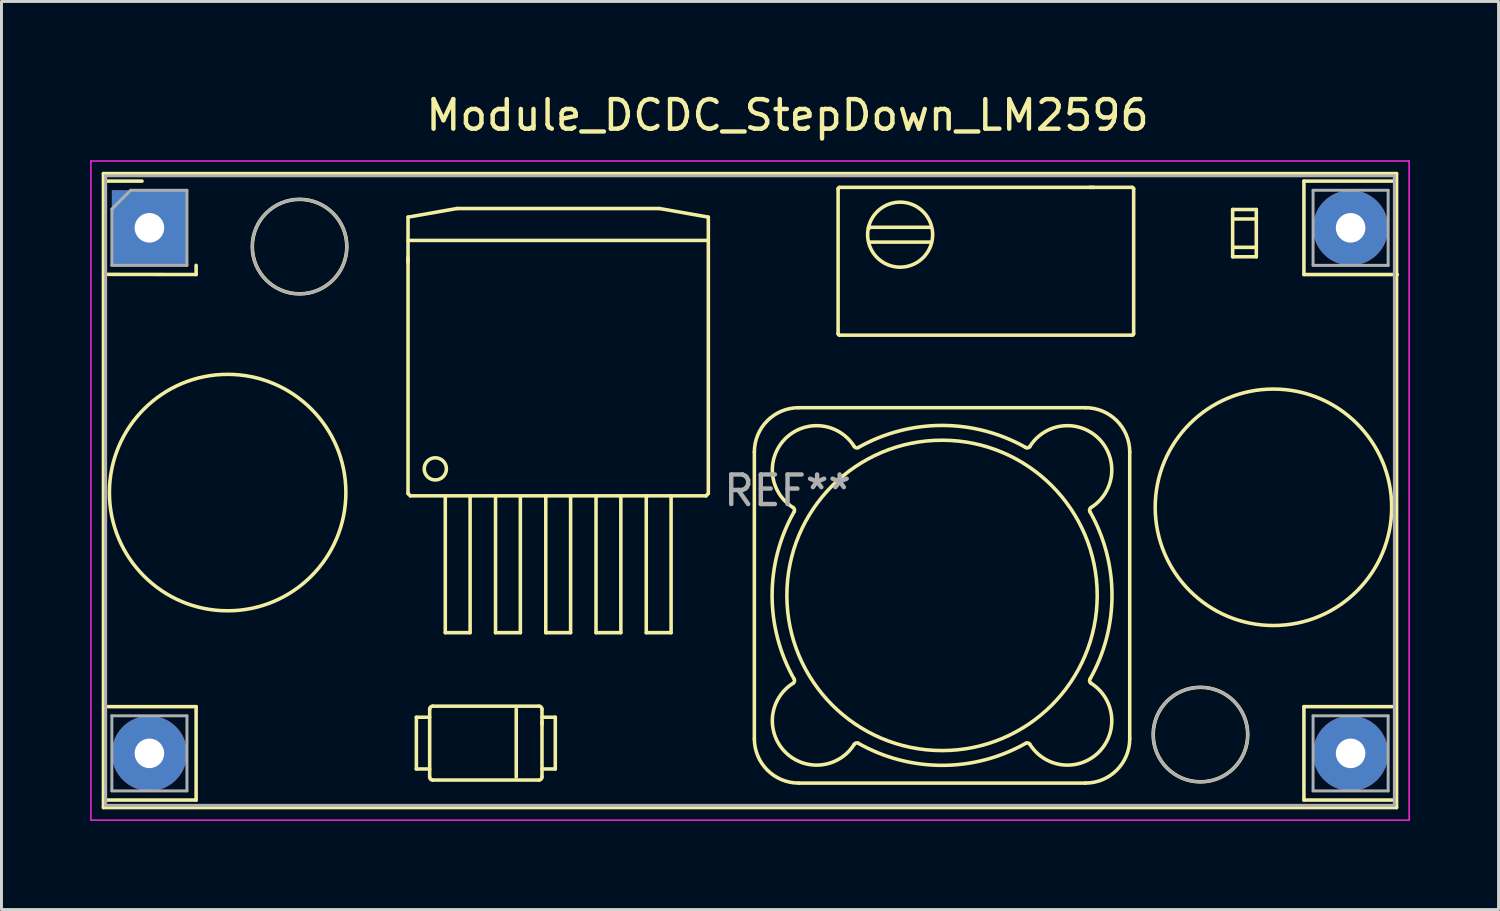
<source format=kicad_pcb>
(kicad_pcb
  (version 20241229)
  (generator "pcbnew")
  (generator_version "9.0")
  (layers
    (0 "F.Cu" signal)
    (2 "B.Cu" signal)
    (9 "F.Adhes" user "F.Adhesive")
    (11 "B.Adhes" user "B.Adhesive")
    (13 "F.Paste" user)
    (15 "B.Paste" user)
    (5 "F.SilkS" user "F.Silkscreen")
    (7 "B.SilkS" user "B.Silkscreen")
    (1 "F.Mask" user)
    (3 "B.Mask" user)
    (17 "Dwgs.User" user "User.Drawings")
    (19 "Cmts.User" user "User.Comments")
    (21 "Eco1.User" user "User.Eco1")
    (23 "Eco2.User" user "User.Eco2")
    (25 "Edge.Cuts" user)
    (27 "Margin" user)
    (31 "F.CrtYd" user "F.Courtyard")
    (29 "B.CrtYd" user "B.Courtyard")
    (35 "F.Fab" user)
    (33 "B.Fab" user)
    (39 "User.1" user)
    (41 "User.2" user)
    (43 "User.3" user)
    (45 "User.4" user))
  (footprint "Module_DCDC_StepDown_LM2596"
    (layer "F.Cu")
    (at 2.005 4.658)
    (property "Reference" "Module_DCDC_StepDown_LM2596" (at 21.59 -3.81 0) (layer "F.SilkS") (effects (font (size 1 1) (thickness 0.15))))
    (attr through_hole)
    (fp_line (start -1.555 -1.835) (end -1.555 19.615) (stroke (width 0.12) (type solid)) (layer "F.SilkS"))
    (fp_line (start -1.555 19.615) (end 42.195 19.615) (stroke (width 0.12) (type solid)) (layer "F.SilkS"))
    (fp_line (start -1.55 -1.58) (end -0.25 -1.58) (stroke (width 0.12) (type solid)) (layer "F.SilkS"))
    (fp_line (start -1.55 1.575) (end 1.58 1.58) (stroke (width 0.12) (type solid)) (layer "F.SilkS"))
    (fp_line (start -1.55 16.2) (end 1.58 16.2) (stroke (width 0.12) (type solid)) (layer "F.SilkS"))
    (fp_line (start -1.55 19.36) (end 1.58 19.36) (stroke (width 0.12) (type solid)) (layer "F.SilkS"))
    (fp_line (start 1.58 1.27) (end 1.58 1.58) (stroke (width 0.12) (type solid)) (layer "F.SilkS"))
    (fp_line (start 1.58 16.2) (end 1.58 19.36) (stroke (width 0.12) (type solid)) (layer "F.SilkS"))
    (fp_line (start 8.749 1.004) (end 8.749 1.166) (stroke (width 0.12) (type solid)) (layer "F.SilkS"))
    (fp_line (start 8.75 -0.362) (end 10.4 -0.653) (stroke (width 0.12) (type solid)) (layer "F.SilkS"))
    (fp_line (start 8.75 8.989) (end 8.75 -0.362) (stroke (width 0.12) (type solid)) (layer "F.SilkS"))
    (fp_line (start 8.75 8.989) (end 8.828 9.067) (stroke (width 0.12) (type solid)) (layer "F.SilkS"))
    (fp_line (start 8.828 9.067) (end 18.833 9.067) (stroke (width 0.12) (type solid)) (layer "F.SilkS"))
    (fp_line (start 9.032 16.558) (end 9.482 16.558) (stroke (width 0.12) (type solid)) (layer "F.SilkS"))
    (fp_line (start 9.032 18.308) (end 9.032 16.558) (stroke (width 0.12) (type solid)) (layer "F.SilkS"))
    (fp_line (start 9.482 18.308) (end 9.032 18.308) (stroke (width 0.12) (type solid)) (layer "F.SilkS"))
    (fp_line (start 9.482 18.583) (end 9.482 16.283) (stroke (width 0.12) (type solid)) (layer "F.SilkS"))
    (fp_line (start 9.582 16.183) (end 13.182 16.183) (stroke (width 0.12) (type solid)) (layer "F.SilkS"))
    (fp_line (start 10.01 13.697) (end 10.01 9.067) (stroke (width 0.12) (type solid)) (layer "F.SilkS"))
    (fp_line (start 10.01 13.697) (end 10.85 13.697) (stroke (width 0.12) (type solid)) (layer "F.SilkS"))
    (fp_line (start 10.4 -0.653) (end 17.26 -0.653) (stroke (width 0.12) (type solid)) (layer "F.SilkS"))
    (fp_line (start 10.85 13.697) (end 10.85 9.067) (stroke (width 0.12) (type solid)) (layer "F.SilkS"))
    (fp_line (start 11.71 13.697) (end 11.71 9.067) (stroke (width 0.12) (type solid)) (layer "F.SilkS"))
    (fp_line (start 11.71 13.697) (end 12.55 13.697) (stroke (width 0.12) (type solid)) (layer "F.SilkS"))
    (fp_line (start 12.411 16.283) (end 12.411 18.583) (stroke (width 0.12) (type solid)) (layer "F.SilkS"))
    (fp_line (start 12.55 13.697) (end 12.55 9.067) (stroke (width 0.12) (type solid)) (layer "F.SilkS"))
    (fp_line (start 13.182 18.683) (end 9.582 18.683) (stroke (width 0.12) (type solid)) (layer "F.SilkS"))
    (fp_line (start 13.282 16.283) (end 13.282 18.583) (stroke (width 0.12) (type solid)) (layer "F.SilkS"))
    (fp_line (start 13.282 16.558) (end 13.732 16.558) (stroke (width 0.12) (type solid)) (layer "F.SilkS"))
    (fp_line (start 13.283 16.795) (end 13.283 16.7) (stroke (width 0.12) (type solid)) (layer "F.SilkS"))
    (fp_line (start 13.41 13.697) (end 13.41 9.067) (stroke (width 0.12) (type solid)) (layer "F.SilkS"))
    (fp_line (start 13.41 13.697) (end 14.25 13.697) (stroke (width 0.12) (type solid)) (layer "F.SilkS"))
    (fp_line (start 13.732 16.558) (end 13.732 18.308) (stroke (width 0.12) (type solid)) (layer "F.SilkS"))
    (fp_line (start 13.732 18.308) (end 13.282 18.308) (stroke (width 0.12) (type solid)) (layer "F.SilkS"))
    (fp_line (start 14.25 13.697) (end 14.25 9.067) (stroke (width 0.12) (type solid)) (layer "F.SilkS"))
    (fp_line (start 15.11 13.697) (end 15.11 9.067) (stroke (width 0.12) (type solid)) (layer "F.SilkS"))
    (fp_line (start 15.11 13.697) (end 15.95 13.697) (stroke (width 0.12) (type solid)) (layer "F.SilkS"))
    (fp_line (start 15.95 13.697) (end 15.95 9.067) (stroke (width 0.12) (type solid)) (layer "F.SilkS"))
    (fp_line (start 16.81 13.697) (end 16.81 9.067) (stroke (width 0.12) (type solid)) (layer "F.SilkS"))
    (fp_line (start 16.81 13.697) (end 17.65 13.697) (stroke (width 0.12) (type solid)) (layer "F.SilkS"))
    (fp_line (start 17.26 -0.653) (end 18.91 -0.362) (stroke (width 0.12) (type solid)) (layer "F.SilkS"))
    (fp_line (start 17.65 13.697) (end 17.65 9.067) (stroke (width 0.12) (type solid)) (layer "F.SilkS"))
    (fp_line (start 18.833 9.067) (end 18.91 8.989) (stroke (width 0.12) (type solid)) (layer "F.SilkS"))
    (fp_line (start 18.91 0.427) (end 8.75 0.427) (stroke (width 0.12) (type solid)) (layer "F.SilkS"))
    (fp_line (start 18.91 8.989) (end 18.91 -0.362) (stroke (width 0.12) (type solid)) (layer "F.SilkS"))
    (fp_line (start 20.467 7.586) (end 20.467 17.286) (stroke (width 0.12) (type solid)) (layer "F.SilkS"))
    (fp_line (start 21.967 18.786) (end 31.667 18.786) (stroke (width 0.12) (type solid)) (layer "F.SilkS"))
    (fp_line (start 23.3 3.582) (end 23.3 -1.318) (stroke (width 0.12) (type solid)) (layer "F.SilkS"))
    (fp_line (start 23.35 -1.368) (end 33.25 -1.368) (stroke (width 0.12) (type solid)) (layer "F.SilkS"))
    (fp_line (start 24.336 -0.049) (end 24.361 -0.018) (stroke (width 0.12) (type solid)) (layer "F.SilkS"))
    (fp_line (start 24.349 0.007) (end 24.324 0.002) (stroke (width 0.12) (type solid)) (layer "F.SilkS"))
    (fp_line (start 24.349 0.007) (end 24.356 -0.024) (stroke (width 0.12) (type solid)) (layer "F.SilkS"))
    (fp_line (start 24.349 0.007) (end 24.361 -0.018) (stroke (width 0.12) (type solid)) (layer "F.SilkS"))
    (fp_line (start 24.361 0.482) (end 26.439 0.482) (stroke (width 0.12) (type solid)) (layer "F.SilkS"))
    (fp_line (start 26.439 -0.018) (end 24.361 -0.018) (stroke (width 0.12) (type solid)) (layer "F.SilkS"))
    (fp_line (start 31.667 6.086) (end 21.967 6.086) (stroke (width 0.12) (type solid)) (layer "F.SilkS"))
    (fp_line (start 31.859 -1.369) (end 31.814 -1.369) (stroke (width 0.12) (type solid)) (layer "F.SilkS"))
    (fp_line (start 31.942 -1.369) (end 31.908 -1.369) (stroke (width 0.12) (type solid)) (layer "F.SilkS"))
    (fp_line (start 33.167 17.286) (end 33.167 7.586) (stroke (width 0.12) (type solid)) (layer "F.SilkS"))
    (fp_line (start 33.25 3.632) (end 23.35 3.632) (stroke (width 0.12) (type solid)) (layer "F.SilkS"))
    (fp_line (start 33.3 -1.318) (end 33.3 3.582) (stroke (width 0.12) (type solid)) (layer "F.SilkS"))
    (fp_line (start 36.649 -0.3) (end 37.449 -0.3) (stroke (width 0.12) (type solid)) (layer "F.SilkS"))
    (fp_line (start 36.649 0.98) (end 36.649 -0.62) (stroke (width 0.12) (type solid)) (layer "F.SilkS"))
    (fp_line (start 37.449 -0.62) (end 36.649 -0.62) (stroke (width 0.12) (type solid)) (layer "F.SilkS"))
    (fp_line (start 37.449 -0.62) (end 37.449 0.98) (stroke (width 0.12) (type solid)) (layer "F.SilkS"))
    (fp_line (start 37.449 0.66) (end 36.649 0.66) (stroke (width 0.12) (type solid)) (layer "F.SilkS"))
    (fp_line (start 37.449 0.98) (end 36.649 0.98) (stroke (width 0.12) (type solid)) (layer "F.SilkS"))
    (fp_line (start 39.06 -1.58) (end 42.175 -1.58) (stroke (width 0.12) (type solid)) (layer "F.SilkS"))
    (fp_line (start 39.06 1.58) (end 39.06 -1.58) (stroke (width 0.12) (type solid)) (layer "F.SilkS"))
    (fp_line (start 39.06 1.58) (end 42.22 1.58) (stroke (width 0.12) (type solid)) (layer "F.SilkS"))
    (fp_line (start 39.06 16.2) (end 42.175 16.2) (stroke (width 0.12) (type solid)) (layer "F.SilkS"))
    (fp_line (start 39.06 19.36) (end 39.06 16.2) (stroke (width 0.12) (type solid)) (layer "F.SilkS"))
    (fp_line (start 39.06 19.36) (end 42.175 19.36) (stroke (width 0.12) (type solid)) (layer "F.SilkS"))
    (fp_line (start 42.195 -1.835) (end -1.555 -1.835) (stroke (width 0.12) (type solid)) (layer "F.SilkS"))
    (fp_line (start 42.195 19.615) (end 42.195 -1.835) (stroke (width 0.12) (type solid)) (layer "F.SilkS"))
    (fp_arc (start 9.481636 16.283217) (mid 9.510925 16.212506) (end 9.581636 16.183217) (stroke (width 0.12) (type solid)) (layer "F.SilkS"))
    (fp_arc (start 9.581636 18.683217) (mid 9.510925 18.653928) (end 9.481636 18.583217) (stroke (width 0.12) (type solid)) (layer "F.SilkS"))
    (fp_arc (start 13.181636 16.183217) (mid 13.252347 16.212506) (end 13.281636 16.283217) (stroke (width 0.12) (type solid)) (layer "F.SilkS"))
    (fp_arc (start 13.281636 18.583217) (mid 13.252347 18.653928) (end 13.181636 18.683217) (stroke (width 0.12) (type solid)) (layer "F.SilkS"))
    (fp_arc (start 20.467397 7.585796) (mid 20.906737 6.525136) (end 21.967397 6.085796) (stroke (width 0.12) (type solid)) (layer "F.SilkS"))
    (fp_arc (start 21.781131 9.46601) (mid 21.825145 9.526245) (end 21.815218 9.600183) (stroke (width 0.12) (type solid)) (layer "F.SilkS"))
    (fp_arc (start 21.781132 9.466011) (mid 21.514096 7.132496) (end 23.847611 7.399531) (stroke (width 0.12) (type solid)) (layer "F.SilkS"))
    (fp_arc (start 21.815217 15.271409) (mid 21.825145 15.345347) (end 21.781132 15.405582) (stroke (width 0.12) (type solid)) (layer "F.SilkS"))
    (fp_arc (start 21.815218 15.27141) (mid 21.067397 12.435796) (end 21.815218 9.600183) (stroke (width 0.12) (type solid)) (layer "F.SilkS"))
    (fp_arc (start 21.967397 18.785796) (mid 20.906737 18.346456) (end 20.467397 17.285796) (stroke (width 0.12) (type solid)) (layer "F.SilkS"))
    (fp_arc (start 23.299783 -1.317705) (mid 23.314428 -1.35306) (end 23.349783 -1.367705) (stroke (width 0.12) (type solid)) (layer "F.SilkS"))
    (fp_arc (start 23.349783 3.632294) (mid 23.314428 3.617649) (end 23.299783 3.582294) (stroke (width 0.12) (type solid)) (layer "F.SilkS"))
    (fp_arc (start 23.847611 17.472062) (mid 21.514095 17.739097) (end 21.781132 15.405582) (stroke (width 0.12) (type solid)) (layer "F.SilkS"))
    (fp_arc (start 23.847611 17.472062) (mid 23.907845 17.428049) (end 23.981783 17.437976) (stroke (width 0.12) (type solid)) (layer "F.SilkS"))
    (fp_arc (start 23.981783 7.433617) (mid 23.907845 7.443544) (end 23.847611 7.399531) (stroke (width 0.12) (type solid)) (layer "F.SilkS"))
    (fp_arc (start 23.981784 7.433617) (mid 26.817397 6.685796) (end 29.653011 7.433617) (stroke (width 0.12) (type solid)) (layer "F.SilkS"))
    (fp_arc (start 24.324148 0.462527) (mid 26.469605 -0.023594) (end 24.336385 0.51369) (stroke (width 0.12) (type solid)) (layer "F.SilkS"))
    (fp_arc (start 29.653011 17.437976) (mid 26.817397 18.185797) (end 23.981783 17.437976) (stroke (width 0.12) (type solid)) (layer "F.SilkS"))
    (fp_arc (start 29.653011 17.437976) (mid 29.726949 17.428049) (end 29.787183 17.472062) (stroke (width 0.12) (type solid)) (layer "F.SilkS"))
    (fp_arc (start 29.787183 7.399531) (mid 29.726949 7.443544) (end 29.653011 7.433617) (stroke (width 0.12) (type solid)) (layer "F.SilkS"))
    (fp_arc (start 29.787183 7.399531) (mid 32.120699 7.132496) (end 31.853662 9.466011) (stroke (width 0.12) (type solid)) (layer "F.SilkS"))
    (fp_arc (start 31.667397 6.085796) (mid 32.728057 6.525136) (end 33.167397 7.585796) (stroke (width 0.12) (type solid)) (layer "F.SilkS"))
    (fp_arc (start 31.819576 9.600183) (mid 32.567397 12.435796) (end 31.819576 15.27141) (stroke (width 0.12) (type solid)) (layer "F.SilkS"))
    (fp_arc (start 31.819577 9.600184) (mid 31.809649 9.526246) (end 31.853662 9.466011) (stroke (width 0.12) (type solid)) (layer "F.SilkS"))
    (fp_arc (start 31.853662 15.405582) (mid 32.120698 17.739097) (end 29.787183 17.472062) (stroke (width 0.12) (type solid)) (layer "F.SilkS"))
    (fp_arc (start 31.853663 15.405583) (mid 31.809649 15.345348) (end 31.819576 15.27141) (stroke (width 0.12) (type solid)) (layer "F.SilkS"))
    (fp_arc (start 33.167397 17.285796) (mid 32.728057 18.346456) (end 31.667397 18.785796) (stroke (width 0.12) (type solid)) (layer "F.SilkS"))
    (fp_arc (start 33.249783 -1.367705) (mid 33.285138 -1.35306) (end 33.299783 -1.317705) (stroke (width 0.12) (type solid)) (layer "F.SilkS"))
    (fp_arc (start 33.299783 3.582294) (mid 33.285138 3.617649) (end 33.249783 3.632294) (stroke (width 0.12) (type solid)) (layer "F.SilkS"))
    (fp_circle (center 2.647 8.957) (end 6.647 8.957) (stroke (width 0.12) (type solid)) (fill no) (layer "F.SilkS"))
    (fp_circle (center 5.08 0.635) (end 6.679 0.635) (stroke (width 0.12) (type solid)) (fill no) (layer "F.SilkS"))
    (fp_circle (center 9.673 8.155) (end 10.048 8.155) (stroke (width 0.12) (type solid)) (fill no) (layer "F.SilkS"))
    (fp_circle (center 26.817 12.436) (end 32.067 12.436) (stroke (width 0.12) (type solid)) (fill no) (layer "F.SilkS"))
    (fp_circle (center 35.56 17.145) (end 37.159 17.145) (stroke (width 0.12) (type solid)) (fill no) (layer "F.SilkS"))
    (fp_circle (center 38.029 9.455) (end 42.029 9.455) (stroke (width 0.12) (type solid)) (fill no) (layer "F.SilkS"))
    (fp_line (start -1.98 -2.26) (end 42.62 -2.26) (stroke (width 0.05) (type solid)) (layer "F.CrtYd"))
    (fp_line (start -1.98 20.04) (end -1.98 -2.26) (stroke (width 0.05) (type solid)) (layer "F.CrtYd"))
    (fp_line (start 42.62 -2.26) (end 42.62 20.04) (stroke (width 0.05) (type solid)) (layer "F.CrtYd"))
    (fp_line (start 42.62 20.04) (end -1.98 20.04) (stroke (width 0.05) (type solid)) (layer "F.CrtYd"))
    (fp_line (start -1.48 -1.76) (end -1.48 19.54) (stroke (width 0.1) (type solid)) (layer "F.Fab"))
    (fp_line (start -1.48 19.54) (end 42.12 19.54) (stroke (width 0.1) (type solid)) (layer "F.Fab"))
    (fp_line (start -1.27 -0.635) (end -0.635 -1.27) (stroke (width 0.1) (type solid)) (layer "F.Fab"))
    (fp_line (start -1.27 1.27) (end -1.27 -0.635) (stroke (width 0.1) (type solid)) (layer "F.Fab"))
    (fp_line (start -1.27 16.51) (end 1.27 16.51) (stroke (width 0.1) (type solid)) (layer "F.Fab"))
    (fp_line (start -1.27 19.05) (end -1.27 16.51) (stroke (width 0.1) (type solid)) (layer "F.Fab"))
    (fp_line (start -0.635 -1.27) (end 1.27 -1.27) (stroke (width 0.1) (type solid)) (layer "F.Fab"))
    (fp_line (start 1.27 -1.27) (end 1.27 1.27) (stroke (width 0.1) (type solid)) (layer "F.Fab"))
    (fp_line (start 1.27 1.27) (end -1.27 1.27) (stroke (width 0.1) (type solid)) (layer "F.Fab"))
    (fp_line (start 1.27 16.51) (end 1.27 19.05) (stroke (width 0.1) (type solid)) (layer "F.Fab"))
    (fp_line (start 1.27 19.05) (end -1.27 19.05) (stroke (width 0.1) (type solid)) (layer "F.Fab"))
    (fp_line (start 39.37 -1.27) (end 41.91 -1.27) (stroke (width 0.1) (type solid)) (layer "F.Fab"))
    (fp_line (start 39.37 1.27) (end 39.37 -1.27) (stroke (width 0.1) (type solid)) (layer "F.Fab"))
    (fp_line (start 39.37 16.51) (end 41.91 16.51) (stroke (width 0.1) (type solid)) (layer "F.Fab"))
    (fp_line (start 39.37 19.05) (end 39.37 16.51) (stroke (width 0.1) (type solid)) (layer "F.Fab"))
    (fp_line (start 41.91 -1.27) (end 41.91 1.27) (stroke (width 0.1) (type solid)) (layer "F.Fab"))
    (fp_line (start 41.91 1.27) (end 39.37 1.27) (stroke (width 0.1) (type solid)) (layer "F.Fab"))
    (fp_line (start 41.91 16.51) (end 41.91 19.05) (stroke (width 0.1) (type solid)) (layer "F.Fab"))
    (fp_line (start 41.91 19.05) (end 39.37 19.05) (stroke (width 0.1) (type solid)) (layer "F.Fab"))
    (fp_line (start 42.12 -1.76) (end -1.48 -1.76) (stroke (width 0.1) (type solid)) (layer "F.Fab"))
    (fp_line (start 42.12 19.54) (end 42.12 -1.76) (stroke (width 0.1) (type solid)) (layer "F.Fab"))
    (fp_circle (center 5.08 0.635) (end 6.679 0.635) (stroke (width 0.1) (type solid)) (fill no) (layer "F.Fab"))
    (fp_circle (center 35.56 17.145) (end 37.159 17.145) (stroke (width 0.1) (type solid)) (fill no) (layer "F.Fab"))
    (fp_text user "REF**" (at 21.59 8.89 0) (layer "F.Fab") (effects (font (size 1 1) (thickness 0.15))))
    (pad "1" thru_hole rect (at 0 0) (size 2.54 2.54) (drill 1) (layers "*.Cu" "*.Mask"))
    (pad "2" thru_hole circle (at 0 17.78) (size 2.54 2.54) (drill 1) (layers "*.Cu" "*.Mask"))
    (pad "3" thru_hole circle (at 40.64 17.78) (size 2.54 2.54) (drill 1) (layers "*.Cu" "*.Mask"))
    (pad "4" thru_hole circle (at 40.64 0) (size 2.54 2.54) (drill 1) (layers "*.Cu" "*.Mask")))
  (gr_rect
    (start -3 -3)
    (end 47.65 27.723)
    (stroke (width 0.1) (type default))
    (fill no)
    (layer "Edge.Cuts")))
</source>
